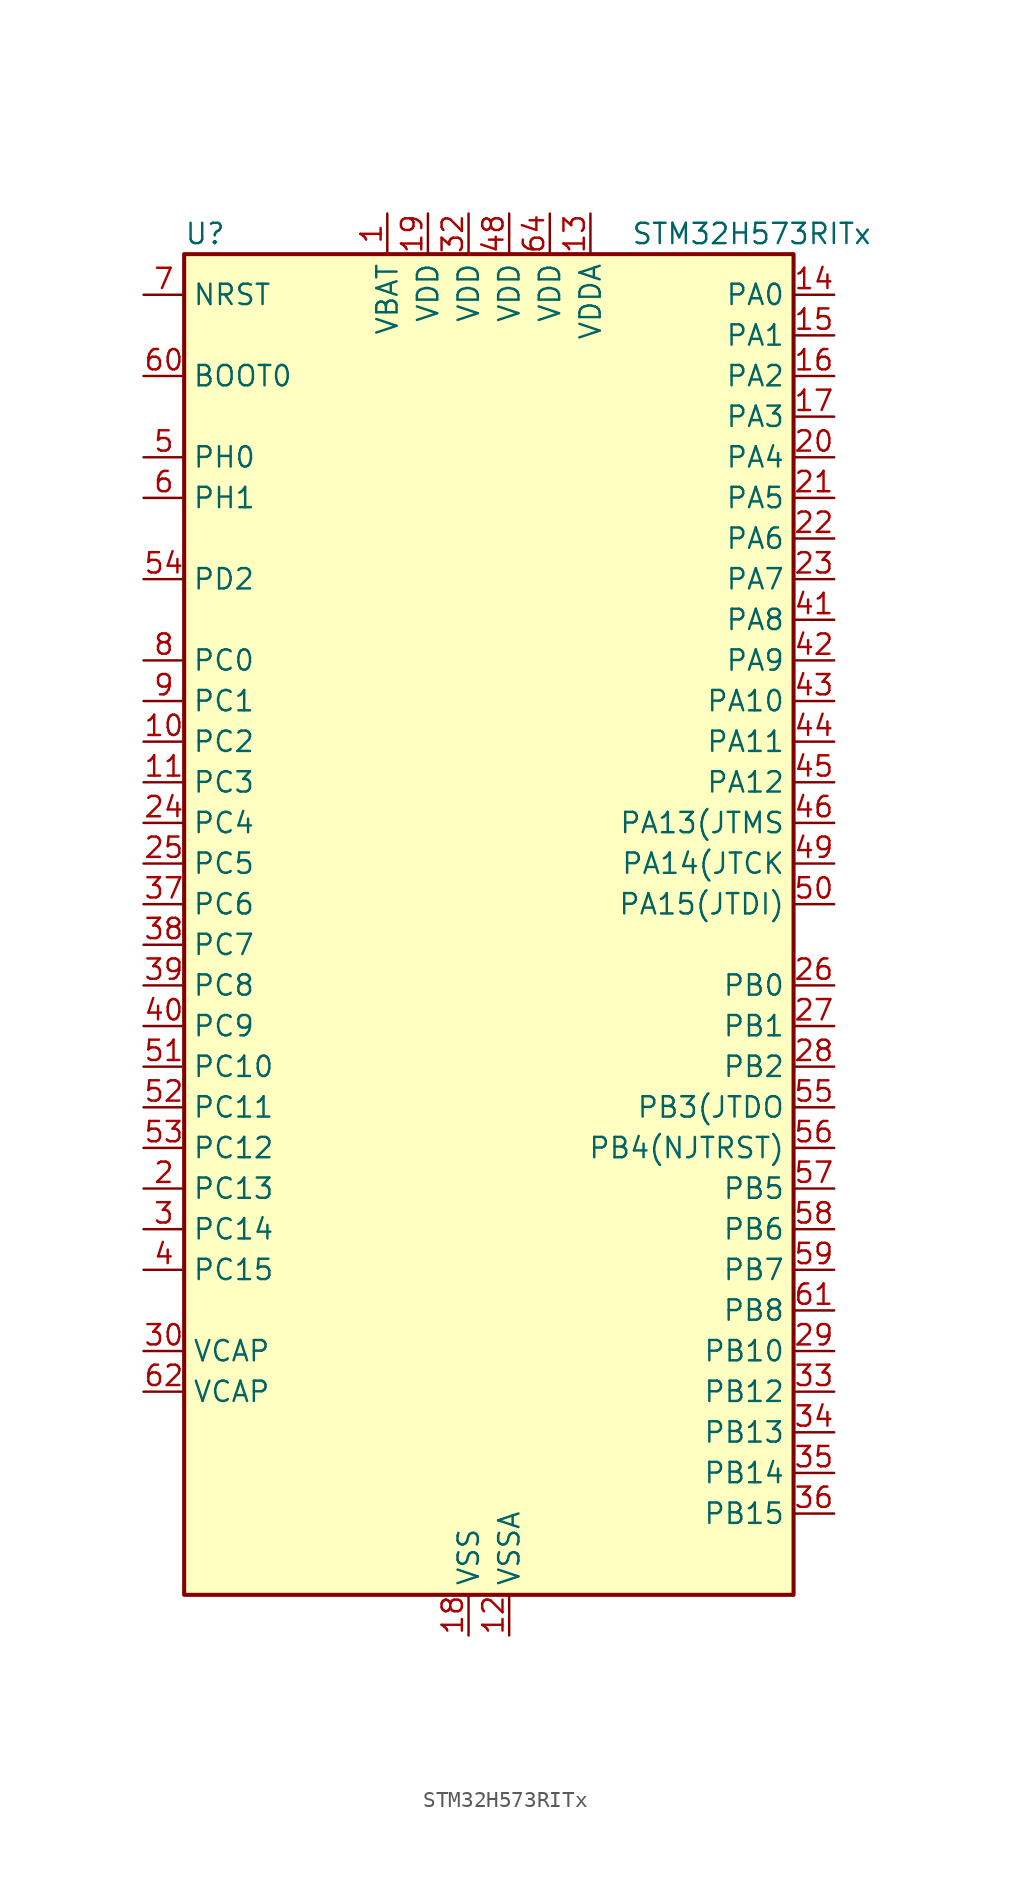
<source format=kicad_sym>
(kicad_symbol_lib
  (version 20231120)
  (generator "kicad_symbol_editor")
  (generator_version "8.0")
  (symbol "STM32H573RITx"
    (property "Reference" "U"
      (at -17.78 44.45 0)
      (effects (font (size 1.27 1.27)) (justify left)))
    (property "Value" "STM32H573RITx"
      (at 10.16 44.45 0)
      (effects (font (size 1.27 1.27)) (justify left)))
    (property "ki_locked" ""
      (at 0 0 0)
      (effects (font (size 1.27 1.27))))
    (symbol "STM32H573RITx_0_1"
      (rectangle (start -17.78 -40.64) (end 20.32 43.18) (stroke (width 0.254) (type default)) (fill (type background))))
    (symbol "STM32H573RITx_1_1"
      (pin power_in line (at -5.08 45.72 270) (length 2.54) (name "VBAT" (effects (font (size 1.27 1.27)))) (number "1" (effects (font (size 1.27 1.27)))))
      (pin bidirectional line (at -20.32 12.7 0) (length 2.54) (name "PC2" (effects (font (size 1.27 1.27)))) (number "10" (effects (font (size 1.27 1.27)))) (alternate "ADC1_INN11" bidirectional line) (alternate "ADC1_INP12" bidirectional line) (alternate "ADC2_INN11" bidirectional line) (alternate "ADC2_INP12" bidirectional line) (alternate "ETH_TXD2" bidirectional line) (alternate "I2S2_SDI" bidirectional line) (alternate "OCTOSPI1_IO2" bidirectional line) (alternate "OCTOSPI1_IO5" bidirectional line) (alternate "PWR_CSLEEP" bidirectional line) (alternate "SPI2_MISO" bidirectional line) (alternate "TIM17_CH1" bidirectional line) (alternate "TIM4_CH4" bidirectional line))
      (pin bidirectional line (at -20.32 10.16 0) (length 2.54) (name "PC3" (effects (font (size 1.27 1.27)))) (number "11" (effects (font (size 1.27 1.27)))) (alternate "ADC1_INN12" bidirectional line) (alternate "ADC1_INP13" bidirectional line) (alternate "ADC2_INN12" bidirectional line) (alternate "ADC2_INP13" bidirectional line) (alternate "ETH_TX_CLK" bidirectional line) (alternate "I2S2_SDO" bidirectional line) (alternate "LPTIM3_CH1" bidirectional line) (alternate "OCTOSPI1_IO0" bidirectional line) (alternate "OCTOSPI1_IO6" bidirectional line) (alternate "PWR_CSTOP" bidirectional line) (alternate "SAI1_D3" bidirectional line) (alternate "SPI2_MOSI" bidirectional line))
      (pin power_in line (at 2.54 -43.18 90) (length 2.54) (name "VSSA" (effects (font (size 1.27 1.27)))) (number "12" (effects (font (size 1.27 1.27)))))
      (pin power_in line (at 7.62 45.72 270) (length 2.54) (name "VDDA" (effects (font (size 1.27 1.27)))) (number "13" (effects (font (size 1.27 1.27)))))
      (pin bidirectional line (at 22.86 40.64 180) (length 2.54) (name "PA0" (effects (font (size 1.27 1.27)))) (number "14" (effects (font (size 1.27 1.27)))) (alternate "ADC1_INN1" bidirectional line) (alternate "ADC1_INP0" bidirectional line) (alternate "ADC2_INN1" bidirectional line) (alternate "ADC2_INP0" bidirectional line) (alternate "ETH_CRS" bidirectional line) (alternate "PWR_WKUP1" bidirectional line) (alternate "SAI2_SD_B" bidirectional line) (alternate "SPI3_RDY" bidirectional line) (alternate "SPI6_NSS" bidirectional line) (alternate "TAMP_IN2" bidirectional line) (alternate "TAMP_OUT1" bidirectional line) (alternate "TIM15_BKIN" bidirectional line) (alternate "TIM2_CH1" bidirectional line) (alternate "TIM2_ETR" bidirectional line) (alternate "TIM5_CH1" bidirectional line) (alternate "TIM8_ETR" bidirectional line) (alternate "UART4_TX" bidirectional line) (alternate "USART2_CTS" bidirectional line) (alternate "USART2_NSS" bidirectional line))
      (pin bidirectional line (at 22.86 38.1 180) (length 2.54) (name "PA1" (effects (font (size 1.27 1.27)))) (number "15" (effects (font (size 1.27 1.27)))) (alternate "ADC1_INP1" bidirectional line) (alternate "ADC2_INP1" bidirectional line) (alternate "ETH_REF_CLK" bidirectional line) (alternate "ETH_RX_CLK" bidirectional line) (alternate "LPTIM1_IN1" bidirectional line) (alternate "OCTOSPI1_DQS" bidirectional line) (alternate "OCTOSPI1_IO3" bidirectional line) (alternate "SAI2_MCLK_B" bidirectional line) (alternate "TAMP_IN5" bidirectional line) (alternate "TAMP_OUT4" bidirectional line) (alternate "TIM15_CH1N" bidirectional line) (alternate "TIM2_CH2" bidirectional line) (alternate "TIM5_CH2" bidirectional line) (alternate "UART4_RX" bidirectional line) (alternate "USART2_RTS" bidirectional line))
      (pin bidirectional line (at 22.86 35.56 180) (length 2.54) (name "PA2" (effects (font (size 1.27 1.27)))) (number "16" (effects (font (size 1.27 1.27)))) (alternate "ADC1_INP14" bidirectional line) (alternate "ADC2_INP14" bidirectional line) (alternate "ETH_MDIO" bidirectional line) (alternate "LPTIM1_IN2" bidirectional line) (alternate "PWR_WKUP2" bidirectional line) (alternate "SAI2_SCK_B" bidirectional line) (alternate "TAMP_IN4" bidirectional line) (alternate "TAMP_OUT3" bidirectional line) (alternate "TIM15_CH1" bidirectional line) (alternate "TIM2_CH3" bidirectional line) (alternate "TIM5_CH3" bidirectional line) (alternate "USART2_TX" bidirectional line))
      (pin bidirectional line (at 22.86 33.02 180) (length 2.54) (name "PA3" (effects (font (size 1.27 1.27)))) (number "17" (effects (font (size 1.27 1.27)))) (alternate "ADC1_INP15" bidirectional line) (alternate "ADC2_INP15" bidirectional line) (alternate "ETH_COL" bidirectional line) (alternate "I2S2_WS" bidirectional line) (alternate "OCTOSPI1_CLK" bidirectional line) (alternate "SAI1_SD_B" bidirectional line) (alternate "SPI2_NSS" bidirectional line) (alternate "TIM15_CH2" bidirectional line) (alternate "TIM2_CH4" bidirectional line) (alternate "TIM5_CH4" bidirectional line) (alternate "USART2_RX" bidirectional line))
      (pin power_in line (at 0 -43.18 90) (length 2.54) (name "VSS" (effects (font (size 1.27 1.27)))) (number "18" (effects (font (size 1.27 1.27)))))
      (pin power_in line (at -2.54 45.72 270) (length 2.54) (name "VDD" (effects (font (size 1.27 1.27)))) (number "19" (effects (font (size 1.27 1.27)))))
      (pin bidirectional line (at -20.32 -15.24 0) (length 2.54) (name "PC13" (effects (font (size 1.27 1.27)))) (number "2" (effects (font (size 1.27 1.27)))) (alternate "PWR_WKUP4" bidirectional line) (alternate "RTC_OUT1" bidirectional line) (alternate "RTC_TS" bidirectional line) (alternate "TAMP_IN1" bidirectional line) (alternate "TAMP_OUT2" bidirectional line) (alternate "TAMP_OUT3" bidirectional line))
      (pin bidirectional line (at 22.86 30.48 180) (length 2.54) (name "PA4" (effects (font (size 1.27 1.27)))) (number "20" (effects (font (size 1.27 1.27)))) (alternate "ADC1_INP18" bidirectional line) (alternate "ADC2_INP18" bidirectional line) (alternate "DAC1_OUT1" bidirectional line) (alternate "DCMI_HSYNC" bidirectional line) (alternate "I2S1_WS" bidirectional line) (alternate "I2S3_WS" bidirectional line) (alternate "LPTIM2_CH1" bidirectional line) (alternate "PSSI_DE" bidirectional line) (alternate "SPI1_NSS" bidirectional line) (alternate "SPI3_NSS" bidirectional line) (alternate "SPI6_NSS" bidirectional line) (alternate "TIM5_ETR" bidirectional line) (alternate "USART2_CK" bidirectional line))
      (pin bidirectional line (at 22.86 27.94 180) (length 2.54) (name "PA5" (effects (font (size 1.27 1.27)))) (number "21" (effects (font (size 1.27 1.27)))) (alternate "ADC1_INN18" bidirectional line) (alternate "ADC1_INP19" bidirectional line) (alternate "ADC2_INN18" bidirectional line) (alternate "ADC2_INP19" bidirectional line) (alternate "DAC1_OUT2" bidirectional line) (alternate "ETH_TX_EN" bidirectional line) (alternate "I2S1_CK" bidirectional line) (alternate "PSSI_D14" bidirectional line) (alternate "SPI1_SCK" bidirectional line) (alternate "SPI6_SCK" bidirectional line) (alternate "TIM2_CH1" bidirectional line) (alternate "TIM2_ETR" bidirectional line) (alternate "TIM8_CH1N" bidirectional line))
      (pin bidirectional line (at 22.86 25.4 180) (length 2.54) (name "PA6" (effects (font (size 1.27 1.27)))) (number "22" (effects (font (size 1.27 1.27)))) (alternate "ADC1_INP3" bidirectional line) (alternate "ADC2_INP3" bidirectional line) (alternate "DCMI_PIXCLK" bidirectional line) (alternate "I2S1_SDI" bidirectional line) (alternate "OCTOSPI1_IO3" bidirectional line) (alternate "PSSI_PDCK" bidirectional line) (alternate "SPI1_MISO" bidirectional line) (alternate "SPI6_MISO" bidirectional line) (alternate "TIM13_CH1" bidirectional line) (alternate "TIM1_BKIN" bidirectional line) (alternate "TIM3_CH1" bidirectional line) (alternate "TIM8_BKIN" bidirectional line) (alternate "USART11_TX" bidirectional line))
      (pin bidirectional line (at 22.86 22.86 180) (length 2.54) (name "PA7" (effects (font (size 1.27 1.27)))) (number "23" (effects (font (size 1.27 1.27)))) (alternate "ADC1_INN3" bidirectional line) (alternate "ADC1_INP7" bidirectional line) (alternate "ADC2_INN3" bidirectional line) (alternate "ADC2_INP7" bidirectional line) (alternate "ETH_CRS_DV" bidirectional line) (alternate "ETH_RX_DV" bidirectional line) (alternate "I2S1_SDO" bidirectional line) (alternate "OCTOSPI1_IO2" bidirectional line) (alternate "SPI1_MOSI" bidirectional line) (alternate "SPI6_MOSI" bidirectional line) (alternate "TIM14_CH1" bidirectional line) (alternate "TIM1_CH1N" bidirectional line) (alternate "TIM3_CH2" bidirectional line) (alternate "TIM8_CH1N" bidirectional line) (alternate "USART11_RX" bidirectional line))
      (pin bidirectional line (at -20.32 7.62 0) (length 2.54) (name "PC4" (effects (font (size 1.27 1.27)))) (number "24" (effects (font (size 1.27 1.27)))) (alternate "ADC1_INP4" bidirectional line) (alternate "ADC2_INP4" bidirectional line) (alternate "ETH_RXD0" bidirectional line) (alternate "I2S1_MCK" bidirectional line) (alternate "LPTIM2_ETR" bidirectional line) (alternate "SAI1_CK1" bidirectional line) (alternate "TIM2_CH4" bidirectional line) (alternate "USART3_RX" bidirectional line))
      (pin bidirectional line (at -20.32 5.08 0) (length 2.54) (name "PC5" (effects (font (size 1.27 1.27)))) (number "25" (effects (font (size 1.27 1.27)))) (alternate "ADC1_INN4" bidirectional line) (alternate "ADC1_INP8" bidirectional line) (alternate "ADC2_INN4" bidirectional line) (alternate "ADC2_INP8" bidirectional line) (alternate "ETH_RXD1" bidirectional line) (alternate "OCTOSPI1_DQS" bidirectional line) (alternate "PSSI_D15" bidirectional line) (alternate "SAI1_D3" bidirectional line) (alternate "SAI1_FS_A" bidirectional line) (alternate "TIM1_CH4N" bidirectional line))
      (pin bidirectional line (at 22.86 -2.54 180) (length 2.54) (name "PB0" (effects (font (size 1.27 1.27)))) (number "26" (effects (font (size 1.27 1.27)))) (alternate "ADC1_INN5" bidirectional line) (alternate "ADC1_INP9" bidirectional line) (alternate "ADC2_INN5" bidirectional line) (alternate "ADC2_INP9" bidirectional line) (alternate "ETH_RXD2" bidirectional line) (alternate "LPTIM3_CH1" bidirectional line) (alternate "OCTOSPI1_IO1" bidirectional line) (alternate "TIM1_CH2N" bidirectional line) (alternate "TIM3_CH3" bidirectional line) (alternate "TIM8_CH2N" bidirectional line) (alternate "UART4_CTS" bidirectional line) (alternate "USART11_CK" bidirectional line))
      (pin bidirectional line (at 22.86 -5.08 180) (length 2.54) (name "PB1" (effects (font (size 1.27 1.27)))) (number "27" (effects (font (size 1.27 1.27)))) (alternate "ADC1_INP5" bidirectional line) (alternate "ADC2_INP5" bidirectional line) (alternate "ETH_RXD3" bidirectional line) (alternate "LPTIM3_CH2" bidirectional line) (alternate "OCTOSPI1_IO0" bidirectional line) (alternate "TIM1_CH3N" bidirectional line) (alternate "TIM3_CH4" bidirectional line) (alternate "TIM8_CH3N" bidirectional line))
      (pin bidirectional line (at 22.86 -7.62 180) (length 2.54) (name "PB2" (effects (font (size 1.27 1.27)))) (number "28" (effects (font (size 1.27 1.27)))) (alternate "I2S3_SDO" bidirectional line) (alternate "LPTIM1_CH1" bidirectional line) (alternate "LPTIM5_ETR" bidirectional line) (alternate "OCTOSPI1_CLK" bidirectional line) (alternate "OCTOSPI1_DQS" bidirectional line) (alternate "RCC_LSCO" bidirectional line) (alternate "RTC_OUT2" bidirectional line) (alternate "SAI1_D1" bidirectional line) (alternate "SAI1_SD_A" bidirectional line) (alternate "SDMMC1_CMD" bidirectional line) (alternate "SPI1_RDY" bidirectional line) (alternate "SPI3_MOSI" bidirectional line) (alternate "TIM8_CH4N" bidirectional line))
      (pin bidirectional line (at 22.86 -25.4 180) (length 2.54) (name "PB10" (effects (font (size 1.27 1.27)))) (number "29" (effects (font (size 1.27 1.27)))) (alternate "ETH_RX_ER" bidirectional line) (alternate "I2C2_SCL" bidirectional line) (alternate "I2S2_CK" bidirectional line) (alternate "LPTIM2_IN1" bidirectional line) (alternate "LPTIM3_CH1" bidirectional line) (alternate "OCTOSPI1_NCS" bidirectional line) (alternate "SPI2_SCK" bidirectional line) (alternate "TIM2_CH3" bidirectional line) (alternate "USART3_TX" bidirectional line))
      (pin bidirectional line (at -20.32 -17.78 0) (length 2.54) (name "PC14" (effects (font (size 1.27 1.27)))) (number "3" (effects (font (size 1.27 1.27)))) (alternate "RCC_OSC32_IN" bidirectional line))
      (pin power_out line (at -20.32 -25.4 0) (length 2.54) (name "VCAP" (effects (font (size 1.27 1.27)))) (number "30" (effects (font (size 1.27 1.27)))))
      (pin passive line (at 0 -43.18 90) (length 2.54) hide (name "VSS" (effects (font (size 1.27 1.27)))) (number "31" (effects (font (size 1.27 1.27)))))
      (pin power_in line (at 0 45.72 270) (length 2.54) (name "VDD" (effects (font (size 1.27 1.27)))) (number "32" (effects (font (size 1.27 1.27)))))
      (pin bidirectional line (at 22.86 -27.94 180) (length 2.54) (name "PB12" (effects (font (size 1.27 1.27)))) (number "33" (effects (font (size 1.27 1.27)))) (alternate "ETH_TXD0" bidirectional line) (alternate "FDCAN2_RX" bidirectional line) (alternate "I2C2_SDA" bidirectional line) (alternate "I2S2_WS" bidirectional line) (alternate "OCTOSPI1_NCLK" bidirectional line) (alternate "SPI2_NSS" bidirectional line) (alternate "TIM1_BKIN" bidirectional line) (alternate "UART5_RX" bidirectional line) (alternate "UCPD1_FRSTX" bidirectional line) (alternate "USART3_CK" bidirectional line))
      (pin bidirectional line (at 22.86 -30.48 180) (length 2.54) (name "PB13" (effects (font (size 1.27 1.27)))) (number "34" (effects (font (size 1.27 1.27)))) (alternate "FDCAN2_TX" bidirectional line) (alternate "I2C2_SMBA" bidirectional line) (alternate "I2S2_CK" bidirectional line) (alternate "LPTIM2_CH1" bidirectional line) (alternate "LPTIM3_IN1" bidirectional line) (alternate "SDMMC1_D0" bidirectional line) (alternate "SPI2_SCK" bidirectional line) (alternate "TIM1_CH1N" bidirectional line) (alternate "UART5_TX" bidirectional line) (alternate "UCPD1_CC1" bidirectional line) (alternate "USART3_CTS" bidirectional line) (alternate "USART3_NSS" bidirectional line))
      (pin bidirectional line (at 22.86 -33.02 180) (length 2.54) (name "PB14" (effects (font (size 1.27 1.27)))) (number "35" (effects (font (size 1.27 1.27)))) (alternate "I2S2_SDI" bidirectional line) (alternate "LPTIM3_ETR" bidirectional line) (alternate "SPI2_MISO" bidirectional line) (alternate "TIM12_CH1" bidirectional line) (alternate "TIM1_CH2N" bidirectional line) (alternate "TIM8_CH2N" bidirectional line) (alternate "UART4_DE" bidirectional line) (alternate "UART4_RTS" bidirectional line) (alternate "UCPD1_CC2" bidirectional line) (alternate "USART1_TX" bidirectional line) (alternate "USART3_RTS" bidirectional line))
      (pin bidirectional line (at 22.86 -35.56 180) (length 2.54) (name "PB15" (effects (font (size 1.27 1.27)))) (number "36" (effects (font (size 1.27 1.27)))) (alternate "ADC1_EXTI15" bidirectional line) (alternate "ADC2_EXTI15" bidirectional line) (alternate "DCMI_D2" bidirectional line) (alternate "ETH_TXD1" bidirectional line) (alternate "I2S2_SDO" bidirectional line) (alternate "OCTOSPI1_CLK" bidirectional line) (alternate "PSSI_D2" bidirectional line) (alternate "PWR_PVD_IN" bidirectional line) (alternate "RTC_REFIN" bidirectional line) (alternate "SPI2_MOSI" bidirectional line) (alternate "TIM12_CH2" bidirectional line) (alternate "TIM1_CH3N" bidirectional line) (alternate "TIM8_CH3N" bidirectional line) (alternate "UART4_CTS" bidirectional line) (alternate "UART5_RX" bidirectional line) (alternate "USART11_CTS" bidirectional line) (alternate "USART11_NSS" bidirectional line) (alternate "USART1_RX" bidirectional line))
      (pin bidirectional line (at -20.32 2.54 0) (length 2.54) (name "PC6" (effects (font (size 1.27 1.27)))) (number "37" (effects (font (size 1.27 1.27)))) (alternate "DCMI_D0" bidirectional line) (alternate "I2S2_MCK" bidirectional line) (alternate "OCTOSPI1_IO5" bidirectional line) (alternate "PSSI_D0" bidirectional line) (alternate "SAI1_SCK_A" bidirectional line) (alternate "SDMMC1_D0DIR" bidirectional line) (alternate "SDMMC1_D6" bidirectional line) (alternate "TIM3_CH1" bidirectional line) (alternate "TIM8_CH1" bidirectional line) (alternate "USART6_TX" bidirectional line))
      (pin bidirectional line (at -20.32 0 0) (length 2.54) (name "PC7" (effects (font (size 1.27 1.27)))) (number "38" (effects (font (size 1.27 1.27)))) (alternate "DCMI_D1" bidirectional line) (alternate "DEBUG_TRGIO" bidirectional line) (alternate "I2S3_MCK" bidirectional line) (alternate "OCTOSPI1_IO6" bidirectional line) (alternate "PSSI_D1" bidirectional line) (alternate "SDMMC1_D123DIR" bidirectional line) (alternate "SDMMC1_D7" bidirectional line) (alternate "TIM3_CH2" bidirectional line) (alternate "TIM8_CH2" bidirectional line) (alternate "USART6_RX" bidirectional line))
      (pin bidirectional line (at -20.32 -2.54 0) (length 2.54) (name "PC8" (effects (font (size 1.27 1.27)))) (number "39" (effects (font (size 1.27 1.27)))) (alternate "DCMI_D2" bidirectional line) (alternate "DEBUG_TRACED1" bidirectional line) (alternate "PSSI_D2" bidirectional line) (alternate "SDMMC1_D0" bidirectional line) (alternate "TIM3_CH3" bidirectional line) (alternate "TIM8_CH3" bidirectional line) (alternate "UART5_DE" bidirectional line) (alternate "UART5_RTS" bidirectional line) (alternate "USART6_CK" bidirectional line))
      (pin bidirectional line (at -20.32 -20.32 0) (length 2.54) (name "PC15" (effects (font (size 1.27 1.27)))) (number "4" (effects (font (size 1.27 1.27)))) (alternate "ADC1_EXTI15" bidirectional line) (alternate "ADC2_EXTI15" bidirectional line) (alternate "RCC_OSC32_OUT" bidirectional line))
      (pin bidirectional line (at -20.32 -5.08 0) (length 2.54) (name "PC9" (effects (font (size 1.27 1.27)))) (number "40" (effects (font (size 1.27 1.27)))) (alternate "AUDIOCLK" bidirectional line) (alternate "DAC1_EXTI9" bidirectional line) (alternate "DCMI_D3" bidirectional line) (alternate "I2C3_SDA" bidirectional line) (alternate "OCTOSPI1_IO0" bidirectional line) (alternate "PSSI_D3" bidirectional line) (alternate "RCC_MCO_2" bidirectional line) (alternate "SDMMC1_D1" bidirectional line) (alternate "TIM3_CH4" bidirectional line) (alternate "TIM8_CH4" bidirectional line) (alternate "UART5_CTS" bidirectional line) (alternate "UCPD1_DB2" bidirectional line))
      (pin bidirectional line (at 22.86 20.32 180) (length 2.54) (name "PA8" (effects (font (size 1.27 1.27)))) (number "41" (effects (font (size 1.27 1.27)))) (alternate "DCMI_D3" bidirectional line) (alternate "I2C3_SCL" bidirectional line) (alternate "PSSI_D3" bidirectional line) (alternate "RCC_MCO_1" bidirectional line) (alternate "SPI1_RDY" bidirectional line) (alternate "TIM1_CH1" bidirectional line) (alternate "TIM8_BKIN2" bidirectional line) (alternate "UART7_RX" bidirectional line) (alternate "USART1_CK" bidirectional line) (alternate "USB_SOF" bidirectional line))
      (pin bidirectional line (at 22.86 17.78 180) (length 2.54) (name "PA9" (effects (font (size 1.27 1.27)))) (number "42" (effects (font (size 1.27 1.27)))) (alternate "DAC1_EXTI9" bidirectional line) (alternate "DCMI_D0" bidirectional line) (alternate "ETH_TX_ER" bidirectional line) (alternate "I2C3_SMBA" bidirectional line) (alternate "I2S2_CK" bidirectional line) (alternate "LPUART1_TX" bidirectional line) (alternate "PSSI_D0" bidirectional line) (alternate "SPI2_SCK" bidirectional line) (alternate "TIM1_CH2" bidirectional line) (alternate "UCPD1_DB1" bidirectional line) (alternate "USART1_TX" bidirectional line))
      (pin bidirectional line (at 22.86 15.24 180) (length 2.54) (name "PA10" (effects (font (size 1.27 1.27)))) (number "43" (effects (font (size 1.27 1.27)))) (alternate "DCMI_D1" bidirectional line) (alternate "FDCAN2_TX" bidirectional line) (alternate "LPTIM2_IN2" bidirectional line) (alternate "LPUART1_RX" bidirectional line) (alternate "PSSI_D1" bidirectional line) (alternate "SDMMC1_D0" bidirectional line) (alternate "TIM1_CH3" bidirectional line) (alternate "UCPD1_FRSTX" bidirectional line) (alternate "USART1_RX" bidirectional line))
      (pin bidirectional line (at 22.86 12.7 180) (length 2.54) (name "PA11" (effects (font (size 1.27 1.27)))) (number "44" (effects (font (size 1.27 1.27)))) (alternate "ADC1_EXTI11" bidirectional line) (alternate "ADC2_EXTI11" bidirectional line) (alternate "FDCAN1_RX" bidirectional line) (alternate "I2S2_WS" bidirectional line) (alternate "LPUART1_CTS" bidirectional line) (alternate "SPI2_NSS" bidirectional line) (alternate "TIM1_CH4" bidirectional line) (alternate "UART4_RX" bidirectional line) (alternate "USART1_CTS" bidirectional line) (alternate "USART1_NSS" bidirectional line) (alternate "USB_DM" bidirectional line))
      (pin bidirectional line (at 22.86 10.16 180) (length 2.54) (name "PA12" (effects (font (size 1.27 1.27)))) (number "45" (effects (font (size 1.27 1.27)))) (alternate "FDCAN1_TX" bidirectional line) (alternate "I2S2_CK" bidirectional line) (alternate "LPUART1_RTS" bidirectional line) (alternate "SAI2_FS_B" bidirectional line) (alternate "SPI2_SCK" bidirectional line) (alternate "TIM1_ETR" bidirectional line) (alternate "UART4_TX" bidirectional line) (alternate "USART1_RTS" bidirectional line) (alternate "USB_DP" bidirectional line))
      (pin bidirectional line (at 22.86 7.62 180) (length 2.54) (name "PA13(JTMS" (effects (font (size 1.27 1.27)))) (number "46" (effects (font (size 1.27 1.27)))) (alternate "DEBUG_JTMS-SWDIO" bidirectional line))
      (pin passive line (at 0 -43.18 90) (length 2.54) hide (name "VSS" (effects (font (size 1.27 1.27)))) (number "47" (effects (font (size 1.27 1.27)))))
      (pin power_in line (at 2.54 45.72 270) (length 2.54) (name "VDD" (effects (font (size 1.27 1.27)))) (number "48" (effects (font (size 1.27 1.27)))))
      (pin bidirectional line (at 22.86 5.08 180) (length 2.54) (name "PA14(JTCK" (effects (font (size 1.27 1.27)))) (number "49" (effects (font (size 1.27 1.27)))) (alternate "DEBUG_JTCK-SWCLK" bidirectional line))
      (pin bidirectional line (at -20.32 30.48 0) (length 2.54) (name "PH0" (effects (font (size 1.27 1.27)))) (number "5" (effects (font (size 1.27 1.27)))) (alternate "RCC_OSC_IN" bidirectional line))
      (pin bidirectional line (at 22.86 2.54 180) (length 2.54) (name "PA15(JTDI)" (effects (font (size 1.27 1.27)))) (number "50" (effects (font (size 1.27 1.27)))) (alternate "ADC1_EXTI15" bidirectional line) (alternate "ADC2_EXTI15" bidirectional line) (alternate "CEC" bidirectional line) (alternate "DCMI_D11" bidirectional line) (alternate "DEBUG_JTDI" bidirectional line) (alternate "I2S1_WS" bidirectional line) (alternate "I2S3_WS" bidirectional line) (alternate "LPTIM3_IN2" bidirectional line) (alternate "PSSI_D11" bidirectional line) (alternate "SPI1_NSS" bidirectional line) (alternate "SPI3_NSS" bidirectional line) (alternate "SPI6_NSS" bidirectional line) (alternate "TIM2_CH1" bidirectional line) (alternate "TIM2_ETR" bidirectional line) (alternate "UART4_DE" bidirectional line) (alternate "UART4_RTS" bidirectional line) (alternate "UART7_TX" bidirectional line))
      (pin bidirectional line (at -20.32 -7.62 0) (length 2.54) (name "PC10" (effects (font (size 1.27 1.27)))) (number "51" (effects (font (size 1.27 1.27)))) (alternate "DCMI_D8" bidirectional line) (alternate "ETH_TXD0" bidirectional line) (alternate "I2S3_CK" bidirectional line) (alternate "LPTIM3_ETR" bidirectional line) (alternate "OCTOSPI1_IO1" bidirectional line) (alternate "PSSI_D8" bidirectional line) (alternate "SDMMC1_D2" bidirectional line) (alternate "SPI3_SCK" bidirectional line) (alternate "UART4_TX" bidirectional line) (alternate "USART3_TX" bidirectional line))
      (pin bidirectional line (at -20.32 -10.16 0) (length 2.54) (name "PC11" (effects (font (size 1.27 1.27)))) (number "52" (effects (font (size 1.27 1.27)))) (alternate "ADC1_EXTI11" bidirectional line) (alternate "ADC2_EXTI11" bidirectional line) (alternate "DCMI_D4" bidirectional line) (alternate "I2S3_SDI" bidirectional line) (alternate "LPTIM3_IN1" bidirectional line) (alternate "OCTOSPI1_NCS" bidirectional line) (alternate "PSSI_D4" bidirectional line) (alternate "SDMMC1_D3" bidirectional line) (alternate "SPI3_MISO" bidirectional line) (alternate "UART4_RX" bidirectional line) (alternate "USART3_RX" bidirectional line))
      (pin bidirectional line (at -20.32 -12.7 0) (length 2.54) (name "PC12" (effects (font (size 1.27 1.27)))) (number "53" (effects (font (size 1.27 1.27)))) (alternate "DCMI_D9" bidirectional line) (alternate "DEBUG_TRACED3" bidirectional line) (alternate "I2S3_SDO" bidirectional line) (alternate "PSSI_D9" bidirectional line) (alternate "SDMMC1_CK" bidirectional line) (alternate "SPI3_MOSI" bidirectional line) (alternate "SPI6_SCK" bidirectional line) (alternate "TIM15_CH1" bidirectional line) (alternate "UART5_TX" bidirectional line) (alternate "USART3_CK" bidirectional line))
      (pin bidirectional line (at -20.32 22.86 0) (length 2.54) (name "PD2" (effects (font (size 1.27 1.27)))) (number "54" (effects (font (size 1.27 1.27)))) (alternate "DCMI_D11" bidirectional line) (alternate "DEBUG_TRACED2" bidirectional line) (alternate "LPTIM4_ETR" bidirectional line) (alternate "PSSI_D11" bidirectional line) (alternate "PWR_WKUP7" bidirectional line) (alternate "SDMMC1_CMD" bidirectional line) (alternate "TIM15_BKIN" bidirectional line) (alternate "TIM3_ETR" bidirectional line) (alternate "UART5_RX" bidirectional line))
      (pin bidirectional line (at 22.86 -10.16 180) (length 2.54) (name "PB3(JTDO" (effects (font (size 1.27 1.27)))) (number "55" (effects (font (size 1.27 1.27)))) (alternate "CRS_SYNC" bidirectional line) (alternate "DEBUG_JTDO-SWO" bidirectional line) (alternate "I2C2_SDA" bidirectional line) (alternate "I2S1_CK" bidirectional line) (alternate "I2S3_CK" bidirectional line) (alternate "LPTIM6_ETR" bidirectional line) (alternate "SPI1_SCK" bidirectional line) (alternate "SPI3_SCK" bidirectional line) (alternate "SPI6_SCK" bidirectional line) (alternate "TIM2_CH2" bidirectional line) (alternate "UART7_RX" bidirectional line))
      (pin bidirectional line (at 22.86 -12.7 180) (length 2.54) (name "PB4(NJTRST)" (effects (font (size 1.27 1.27)))) (number "56" (effects (font (size 1.27 1.27)))) (alternate "DCMI_D7" bidirectional line) (alternate "DEBUG_JTRST" bidirectional line) (alternate "I2S1_SDI" bidirectional line) (alternate "I2S2_WS" bidirectional line) (alternate "I2S3_SDI" bidirectional line) (alternate "LPTIM1_CH2" bidirectional line) (alternate "OCTOSPI1_CLK" bidirectional line) (alternate "PSSI_D7" bidirectional line) (alternate "SPI1_MISO" bidirectional line) (alternate "SPI2_NSS" bidirectional line) (alternate "SPI3_MISO" bidirectional line) (alternate "SPI6_MISO" bidirectional line) (alternate "TIM16_BKIN" bidirectional line) (alternate "TIM3_CH1" bidirectional line) (alternate "UART7_TX" bidirectional line))
      (pin bidirectional line (at 22.86 -15.24 180) (length 2.54) (name "PB5" (effects (font (size 1.27 1.27)))) (number "57" (effects (font (size 1.27 1.27)))) (alternate "DCMI_D10" bidirectional line) (alternate "ETH_PPS_OUT" bidirectional line) (alternate "FDCAN2_RX" bidirectional line) (alternate "I2C1_SMBA" bidirectional line) (alternate "I2C4_SMBA" bidirectional line) (alternate "I2S1_SDO" bidirectional line) (alternate "I2S3_SDO" bidirectional line) (alternate "OCTOSPI1_NCLK" bidirectional line) (alternate "PSSI_D10" bidirectional line) (alternate "SPI1_MOSI" bidirectional line) (alternate "SPI3_MOSI" bidirectional line) (alternate "SPI6_MOSI" bidirectional line) (alternate "TIM17_BKIN" bidirectional line) (alternate "TIM3_CH2" bidirectional line) (alternate "UART5_RX" bidirectional line))
      (pin bidirectional line (at 22.86 -17.78 180) (length 2.54) (name "PB6" (effects (font (size 1.27 1.27)))) (number "58" (effects (font (size 1.27 1.27)))) (alternate "CEC" bidirectional line) (alternate "DCMI_D5" bidirectional line) (alternate "FDCAN2_TX" bidirectional line) (alternate "I2C1_SCL" bidirectional line) (alternate "I2C4_SCL" bidirectional line) (alternate "I3C1_SCL" bidirectional line) (alternate "LPUART1_TX" bidirectional line) (alternate "OCTOSPI1_NCS" bidirectional line) (alternate "PSSI_D5" bidirectional line) (alternate "TIM16_CH1N" bidirectional line) (alternate "TIM4_CH1" bidirectional line) (alternate "UART5_TX" bidirectional line) (alternate "USART1_TX" bidirectional line))
      (pin bidirectional line (at 22.86 -20.32 180) (length 2.54) (name "PB7" (effects (font (size 1.27 1.27)))) (number "59" (effects (font (size 1.27 1.27)))) (alternate "DCMI_VSYNC" bidirectional line) (alternate "FDCAN1_TX" bidirectional line) (alternate "I2C1_SDA" bidirectional line) (alternate "I2C4_SDA" bidirectional line) (alternate "I3C1_SDA" bidirectional line) (alternate "LPUART1_RX" bidirectional line) (alternate "PSSI_RDY" bidirectional line) (alternate "PWR_WKUP5" bidirectional line) (alternate "TIM17_CH1N" bidirectional line) (alternate "TIM4_CH2" bidirectional line) (alternate "USART1_RX" bidirectional line))
      (pin bidirectional line (at -20.32 27.94 0) (length 2.54) (name "PH1" (effects (font (size 1.27 1.27)))) (number "6" (effects (font (size 1.27 1.27)))) (alternate "RCC_OSC_OUT" bidirectional line))
      (pin input line (at -20.32 35.56 0) (length 2.54) (name "BOOT0" (effects (font (size 1.27 1.27)))) (number "60" (effects (font (size 1.27 1.27)))))
      (pin bidirectional line (at 22.86 -22.86 180) (length 2.54) (name "PB8" (effects (font (size 1.27 1.27)))) (number "61" (effects (font (size 1.27 1.27)))) (alternate "DCMI_D6" bidirectional line) (alternate "ETH_TXD3" bidirectional line) (alternate "FDCAN1_RX" bidirectional line) (alternate "I2C1_SCL" bidirectional line) (alternate "I2C4_SCL" bidirectional line) (alternate "I3C1_SCL" bidirectional line) (alternate "PSSI_D6" bidirectional line) (alternate "SDMMC1_CKIN" bidirectional line) (alternate "SDMMC1_D4" bidirectional line) (alternate "TIM16_CH1" bidirectional line) (alternate "TIM4_CH3" bidirectional line) (alternate "UART4_RX" bidirectional line))
      (pin power_out line (at -20.32 -27.94 0) (length 2.54) (name "VCAP" (effects (font (size 1.27 1.27)))) (number "62" (effects (font (size 1.27 1.27)))))
      (pin passive line (at 0 -43.18 90) (length 2.54) hide (name "VSS" (effects (font (size 1.27 1.27)))) (number "63" (effects (font (size 1.27 1.27)))))
      (pin power_in line (at 5.08 45.72 270) (length 2.54) (name "VDD" (effects (font (size 1.27 1.27)))) (number "64" (effects (font (size 1.27 1.27)))))
      (pin input line (at -20.32 40.64 0) (length 2.54) (name "NRST" (effects (font (size 1.27 1.27)))) (number "7" (effects (font (size 1.27 1.27)))))
      (pin bidirectional line (at -20.32 17.78 0) (length 2.54) (name "PC0" (effects (font (size 1.27 1.27)))) (number "8" (effects (font (size 1.27 1.27)))) (alternate "ADC1_INP10" bidirectional line) (alternate "ADC2_INP10" bidirectional line) (alternate "OCTOSPI1_IO7" bidirectional line) (alternate "SAI1_MCLK_A" bidirectional line) (alternate "SAI2_FS_B" bidirectional line) (alternate "SPI2_RDY" bidirectional line) (alternate "TIM16_BKIN" bidirectional line))
      (pin bidirectional line (at -20.32 15.24 0) (length 2.54) (name "PC1" (effects (font (size 1.27 1.27)))) (number "9" (effects (font (size 1.27 1.27)))) (alternate "ADC1_INN10" bidirectional line) (alternate "ADC1_INP11" bidirectional line) (alternate "ADC2_INN10" bidirectional line) (alternate "ADC2_INP11" bidirectional line) (alternate "DEBUG_TRACED0" bidirectional line) (alternate "ETH_MDC" bidirectional line) (alternate "I2S2_SDO" bidirectional line) (alternate "OCTOSPI1_IO4" bidirectional line) (alternate "PWR_WKUP6" bidirectional line) (alternate "SAI1_D1" bidirectional line) (alternate "SAI1_SD_A" bidirectional line) (alternate "SAI2_SD_A" bidirectional line) (alternate "SPI2_MOSI" bidirectional line) (alternate "TAMP_IN3" bidirectional line) (alternate "TAMP_OUT5" bidirectional line) (alternate "USART11_RTS" bidirectional line)))))
</source>
